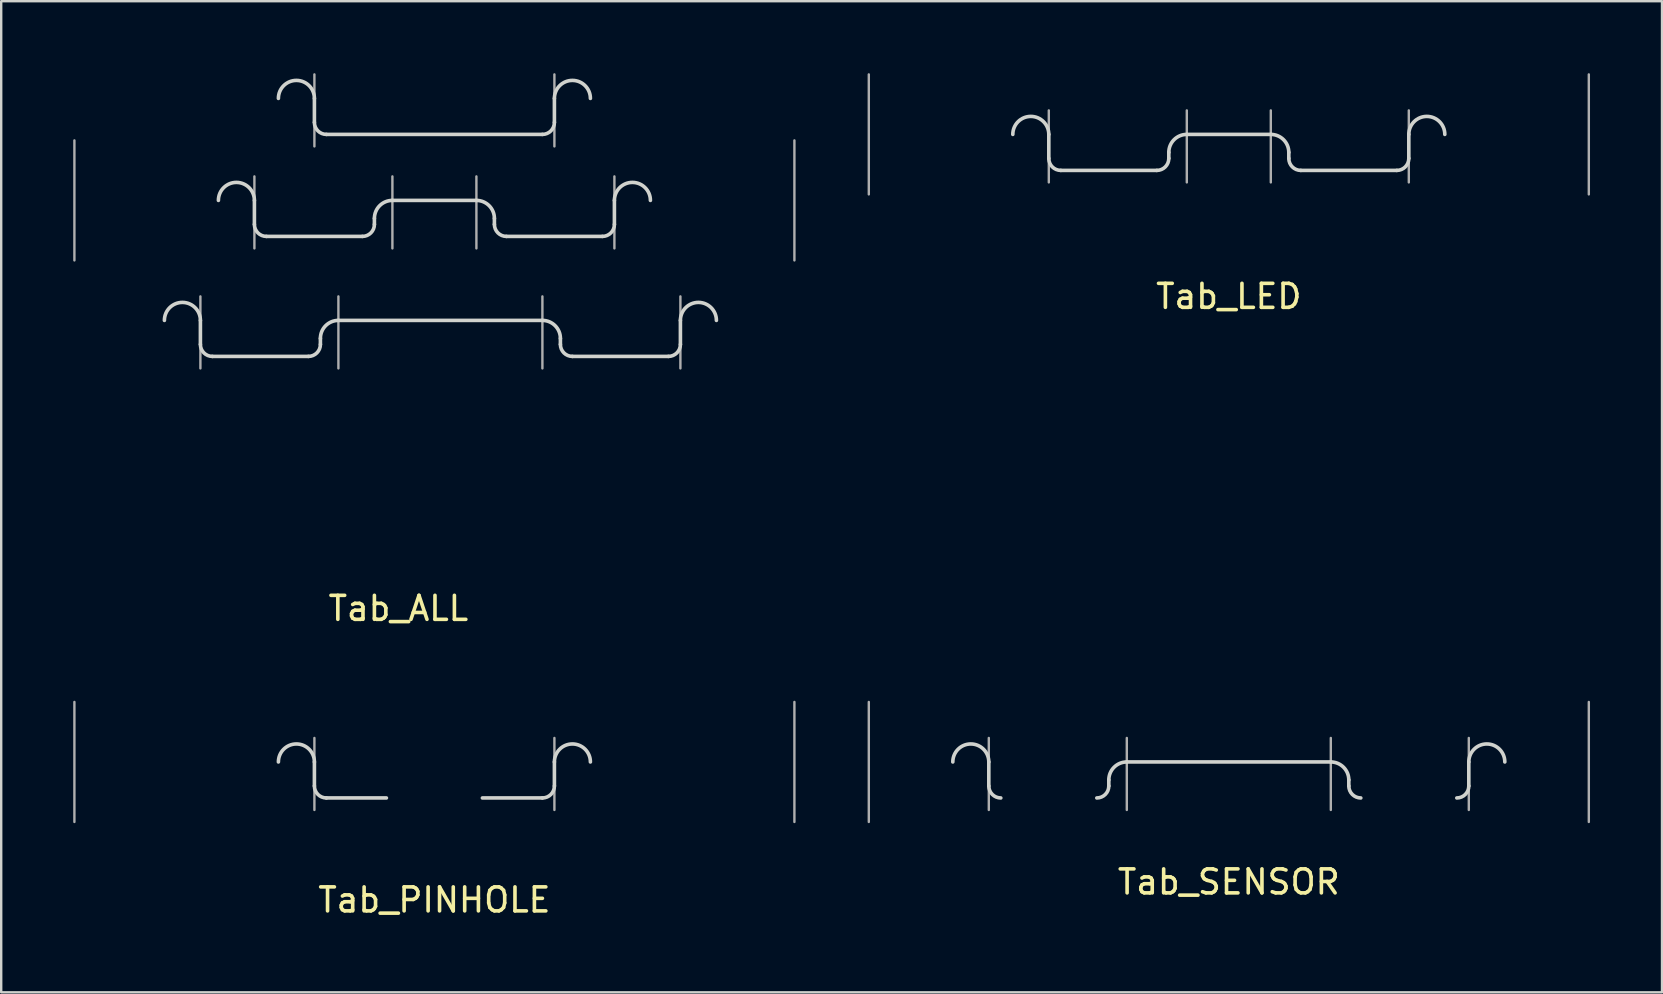
<source format=kicad_pcb>
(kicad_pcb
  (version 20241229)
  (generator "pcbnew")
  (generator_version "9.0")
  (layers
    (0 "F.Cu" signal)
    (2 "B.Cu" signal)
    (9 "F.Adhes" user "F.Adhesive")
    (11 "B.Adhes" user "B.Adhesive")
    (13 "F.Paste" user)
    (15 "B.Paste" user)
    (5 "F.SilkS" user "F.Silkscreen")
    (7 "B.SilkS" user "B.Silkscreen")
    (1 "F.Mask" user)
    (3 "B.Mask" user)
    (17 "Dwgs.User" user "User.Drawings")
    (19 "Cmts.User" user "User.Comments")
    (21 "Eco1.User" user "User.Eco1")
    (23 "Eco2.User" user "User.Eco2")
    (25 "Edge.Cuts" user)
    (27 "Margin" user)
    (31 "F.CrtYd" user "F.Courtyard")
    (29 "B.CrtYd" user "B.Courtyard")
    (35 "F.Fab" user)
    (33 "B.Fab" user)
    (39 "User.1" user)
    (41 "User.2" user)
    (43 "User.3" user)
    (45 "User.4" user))
  (footprint "Tab_SENSOR"
    (layer "F.Cu")
    (at 48.15 28.698)
    (property "Reference" "Tab_SENSOR" (at 0 5 0) (layer "F.SilkS") (effects (font (size 1 1) (thickness 0.15))))
    (attr through_hole)
    (fp_line (start -10 1) (end -10 0) (stroke (width 0.15) (type solid)) (layer "Edge.Cuts"))
    (fp_line (start -5 1) (end -5 0.75) (stroke (width 0.15) (type solid)) (layer "Edge.Cuts"))
    (fp_line (start -4.25 0) (end 4.25 0) (stroke (width 0.15) (type solid)) (layer "Edge.Cuts"))
    (fp_line (start 5 0.75) (end 5 1) (stroke (width 0.15) (type solid)) (layer "Edge.Cuts"))
    (fp_line (start 10 1) (end 10 0) (stroke (width 0.15) (type solid)) (layer "Edge.Cuts"))
    (fp_arc (start -11.5 0) (mid -10.75 -0.75) (end -10 0) (stroke (width 0.15) (type solid)) (layer "Edge.Cuts"))
    (fp_arc (start -9.5 1.5) (mid -9.853553 1.353553) (end -10 1) (stroke (width 0.15) (type solid)) (layer "Edge.Cuts"))
    (fp_arc (start -5 0.75) (mid -4.78033 0.21967) (end -4.25 0) (stroke (width 0.15) (type solid)) (layer "Edge.Cuts"))
    (fp_arc (start -5 1) (mid -5.146447 1.353553) (end -5.5 1.5) (stroke (width 0.15) (type solid)) (layer "Edge.Cuts"))
    (fp_arc (start 4.25 0) (mid 4.78033 0.21967) (end 5 0.75) (stroke (width 0.15) (type solid)) (layer "Edge.Cuts"))
    (fp_arc (start 5.5 1.5) (mid 5.146447 1.353553) (end 5 1) (stroke (width 0.15) (type solid)) (layer "Edge.Cuts"))
    (fp_arc (start 10 0) (mid 10.75 -0.75) (end 11.5 0) (stroke (width 0.15) (type solid)) (layer "Edge.Cuts"))
    (fp_arc (start 10 1) (mid 9.853553 1.353553) (end 9.5 1.5) (stroke (width 0.15) (type solid)) (layer "Edge.Cuts"))
    (fp_line (start -15 -2.5) (end -15 2.5) (stroke (width 0.1) (type solid)) (layer "F.Fab"))
    (fp_line (start -10 -1) (end -10 2) (stroke (width 0.1) (type solid)) (layer "F.Fab"))
    (fp_line (start -4.25 -1) (end -4.25 2) (stroke (width 0.1) (type solid)) (layer "F.Fab"))
    (fp_line (start 4.25 -1) (end 4.25 2) (stroke (width 0.1) (type solid)) (layer "F.Fab"))
    (fp_line (start 10 -1) (end 10 2) (stroke (width 0.1) (type solid)) (layer "F.Fab"))
    (fp_line (start 15 -2.5) (end 15 2.5) (stroke (width 0.1) (type solid)) (layer "F.Fab")))
  (footprint "Tab_LED"
    (layer "F.Cu")
    (at 48.15 2.55)
    (property "Reference" "Tab_LED" (at 0 6.75 0) (layer "F.SilkS") (effects (font (size 1 1) (thickness 0.15))))
    (attr through_hole)
    (fp_line (start -7.5 1) (end -7.5 0) (stroke (width 0.15) (type solid)) (layer "Edge.Cuts"))
    (fp_line (start -7 1.5) (end -3 1.5) (stroke (width 0.15) (type solid)) (layer "Edge.Cuts"))
    (fp_line (start -2.5 1) (end -2.5 0.75) (stroke (width 0.15) (type solid)) (layer "Edge.Cuts"))
    (fp_line (start -1.75 0) (end 1.75 0) (stroke (width 0.15) (type solid)) (layer "Edge.Cuts"))
    (fp_line (start 2.5 0.75) (end 2.5 1) (stroke (width 0.15) (type solid)) (layer "Edge.Cuts"))
    (fp_line (start 3 1.5) (end 7 1.5) (stroke (width 0.15) (type solid)) (layer "Edge.Cuts"))
    (fp_line (start 7.5 1) (end 7.5 0) (stroke (width 0.15) (type solid)) (layer "Edge.Cuts"))
    (fp_arc (start -9 0) (mid -8.25 -0.75) (end -7.5 0) (stroke (width 0.15) (type solid)) (layer "Edge.Cuts"))
    (fp_arc (start -7 1.5) (mid -7.353553 1.353553) (end -7.5 1) (stroke (width 0.15) (type solid)) (layer "Edge.Cuts"))
    (fp_arc (start -2.5 0.75) (mid -2.28033 0.21967) (end -1.75 0) (stroke (width 0.15) (type solid)) (layer "Edge.Cuts"))
    (fp_arc (start -2.5 1) (mid -2.646447 1.353553) (end -3 1.5) (stroke (width 0.15) (type solid)) (layer "Edge.Cuts"))
    (fp_arc (start 1.75 0) (mid 2.28033 0.21967) (end 2.5 0.75) (stroke (width 0.15) (type solid)) (layer "Edge.Cuts"))
    (fp_arc (start 3 1.5) (mid 2.646447 1.353553) (end 2.5 1) (stroke (width 0.15) (type solid)) (layer "Edge.Cuts"))
    (fp_arc (start 7.5 0) (mid 8.25 -0.75) (end 9 0) (stroke (width 0.15) (type solid)) (layer "Edge.Cuts"))
    (fp_arc (start 7.5 1) (mid 7.353553 1.353553) (end 7 1.5) (stroke (width 0.15) (type solid)) (layer "Edge.Cuts"))
    (fp_line (start -15 -2.5) (end -15 2.5) (stroke (width 0.1) (type solid)) (layer "F.Fab"))
    (fp_line (start -7.5 -1) (end -7.5 2) (stroke (width 0.1) (type solid)) (layer "F.Fab"))
    (fp_line (start -1.75 -1) (end -1.75 2) (stroke (width 0.1) (type solid)) (layer "F.Fab"))
    (fp_line (start 1.75 -1) (end 1.75 2) (stroke (width 0.1) (type solid)) (layer "F.Fab"))
    (fp_line (start 7.5 -1) (end 7.5 2) (stroke (width 0.1) (type solid)) (layer "F.Fab"))
    (fp_line (start 15 -2.5) (end 15 2.5) (stroke (width 0.1) (type solid)) (layer "F.Fab")))
  (footprint "Tab_PINHOLE"
    (layer "F.Cu")
    (at 15.05 28.698)
    (property "Reference" "Tab_PINHOLE" (at 0 5.75 0) (layer "F.SilkS") (effects (font (size 1 1) (thickness 0.15))))
    (attr through_hole)
    (fp_line (start -5 1) (end -5 0) (stroke (width 0.15) (type solid)) (layer "Edge.Cuts"))
    (fp_line (start -4.5 1.5) (end -2 1.5) (stroke (width 0.15) (type solid)) (layer "Edge.Cuts"))
    (fp_line (start 2 1.5) (end 4.5 1.5) (stroke (width 0.15) (type solid)) (layer "Edge.Cuts"))
    (fp_line (start 5 1) (end 5 0) (stroke (width 0.15) (type solid)) (layer "Edge.Cuts"))
    (fp_arc (start -6.5 0) (mid -5.75 -0.75) (end -5 0) (stroke (width 0.15) (type solid)) (layer "Edge.Cuts"))
    (fp_arc (start -4.5 1.5) (mid -4.853553 1.353553) (end -5 1) (stroke (width 0.15) (type solid)) (layer "Edge.Cuts"))
    (fp_arc (start 5 0) (mid 5.75 -0.75) (end 6.5 0) (stroke (width 0.15) (type solid)) (layer "Edge.Cuts"))
    (fp_arc (start 5 1) (mid 4.853553 1.353553) (end 4.5 1.5) (stroke (width 0.15) (type solid)) (layer "Edge.Cuts"))
    (fp_line (start -15 -2.5) (end -15 2.5) (stroke (width 0.1) (type solid)) (layer "F.Fab"))
    (fp_line (start -5 -1) (end -5 2) (stroke (width 0.1) (type solid)) (layer "F.Fab"))
    (fp_line (start 5 -1) (end 5 2) (stroke (width 0.1) (type solid)) (layer "F.Fab"))
    (fp_line (start 15 -2.5) (end 15 2.5) (stroke (width 0.1) (type solid)) (layer "F.Fab")))
  (footprint "Tab_ALL"
    (layer "F.Cu")
    (at 15.05 5.3)
    (property "Reference" "Tab_ALL" (at -1.5 17 0) (layer "F.SilkS") (effects (font (size 1 1) (thickness 0.15))))
    (attr through_hole)
    (fp_line (start -9.75 6) (end -9.75 5) (stroke (width 0.15) (type solid)) (layer "Edge.Cuts"))
    (fp_line (start -9.25 6.5) (end -5.25 6.5) (stroke (width 0.15) (type solid)) (layer "Edge.Cuts"))
    (fp_line (start -7.5 1) (end -7.5 0) (stroke (width 0.15) (type solid)) (layer "Edge.Cuts"))
    (fp_line (start -7 1.5) (end -3 1.5) (stroke (width 0.15) (type solid)) (layer "Edge.Cuts"))
    (fp_line (start -5 -3.25) (end -5 -4.25) (stroke (width 0.15) (type solid)) (layer "Edge.Cuts"))
    (fp_line (start -4.75 6) (end -4.75 5.75) (stroke (width 0.15) (type solid)) (layer "Edge.Cuts"))
    (fp_line (start -4.5 -2.75) (end 4.5 -2.75) (stroke (width 0.15) (type solid)) (layer "Edge.Cuts"))
    (fp_line (start -4 5) (end 4.5 5) (stroke (width 0.15) (type solid)) (layer "Edge.Cuts"))
    (fp_line (start -2.5 1) (end -2.5 0.75) (stroke (width 0.15) (type solid)) (layer "Edge.Cuts"))
    (fp_line (start -1.75 0) (end 1.75 0) (stroke (width 0.15) (type solid)) (layer "Edge.Cuts"))
    (fp_line (start 2.5 0.75) (end 2.5 1) (stroke (width 0.15) (type solid)) (layer "Edge.Cuts"))
    (fp_line (start 3 1.5) (end 7 1.5) (stroke (width 0.15) (type solid)) (layer "Edge.Cuts"))
    (fp_line (start 5 -3.25) (end 5 -4.25) (stroke (width 0.15) (type solid)) (layer "Edge.Cuts"))
    (fp_line (start 5.25 5.75) (end 5.25 6) (stroke (width 0.15) (type solid)) (layer "Edge.Cuts"))
    (fp_line (start 5.75 6.5) (end 9.75 6.5) (stroke (width 0.15) (type solid)) (layer "Edge.Cuts"))
    (fp_line (start 7.5 1) (end 7.5 0) (stroke (width 0.15) (type solid)) (layer "Edge.Cuts"))
    (fp_line (start 10.25 6) (end 10.25 5) (stroke (width 0.15) (type solid)) (layer "Edge.Cuts"))
    (fp_arc (start -11.25 5) (mid -10.5 4.25) (end -9.75 5) (stroke (width 0.15) (type solid)) (layer "Edge.Cuts"))
    (fp_arc (start -9.25 6.5) (mid -9.603553 6.353553) (end -9.75 6) (stroke (width 0.15) (type solid)) (layer "Edge.Cuts"))
    (fp_arc (start -9 0) (mid -8.25 -0.75) (end -7.5 0) (stroke (width 0.15) (type solid)) (layer "Edge.Cuts"))
    (fp_arc (start -7 1.5) (mid -7.353553 1.353553) (end -7.5 1) (stroke (width 0.15) (type solid)) (layer "Edge.Cuts"))
    (fp_arc (start -6.5 -4.25) (mid -5.75 -5) (end -5 -4.25) (stroke (width 0.15) (type solid)) (layer "Edge.Cuts"))
    (fp_arc (start -4.75 5.75) (mid -4.53033 5.21967) (end -4 5) (stroke (width 0.15) (type solid)) (layer "Edge.Cuts"))
    (fp_arc (start -4.75 6) (mid -4.896447 6.353553) (end -5.25 6.5) (stroke (width 0.15) (type solid)) (layer "Edge.Cuts"))
    (fp_arc (start -4.5 -2.75) (mid -4.853553 -2.896447) (end -5 -3.25) (stroke (width 0.15) (type solid)) (layer "Edge.Cuts"))
    (fp_arc (start -2.5 0.75) (mid -2.28033 0.21967) (end -1.75 0) (stroke (width 0.15) (type solid)) (layer "Edge.Cuts"))
    (fp_arc (start -2.5 1) (mid -2.646447 1.353553) (end -3 1.5) (stroke (width 0.15) (type solid)) (layer "Edge.Cuts"))
    (fp_arc (start 1.75 0) (mid 2.28033 0.21967) (end 2.5 0.75) (stroke (width 0.15) (type solid)) (layer "Edge.Cuts"))
    (fp_arc (start 3 1.5) (mid 2.646447 1.353553) (end 2.5 1) (stroke (width 0.15) (type solid)) (layer "Edge.Cuts"))
    (fp_arc (start 4.5 5) (mid 5.03033 5.21967) (end 5.25 5.75) (stroke (width 0.15) (type solid)) (layer "Edge.Cuts"))
    (fp_arc (start 5 -4.25) (mid 5.75 -5) (end 6.5 -4.25) (stroke (width 0.15) (type solid)) (layer "Edge.Cuts"))
    (fp_arc (start 5 -3.25) (mid 4.853553 -2.896447) (end 4.5 -2.75) (stroke (width 0.15) (type solid)) (layer "Edge.Cuts"))
    (fp_arc (start 5.75 6.5) (mid 5.396447 6.353553) (end 5.25 6) (stroke (width 0.15) (type solid)) (layer "Edge.Cuts"))
    (fp_arc (start 7.5 0) (mid 8.25 -0.75) (end 9 0) (stroke (width 0.15) (type solid)) (layer "Edge.Cuts"))
    (fp_arc (start 7.5 1) (mid 7.353553 1.353553) (end 7 1.5) (stroke (width 0.15) (type solid)) (layer "Edge.Cuts"))
    (fp_arc (start 10.25 5) (mid 11 4.25) (end 11.75 5) (stroke (width 0.15) (type solid)) (layer "Edge.Cuts"))
    (fp_arc (start 10.25 6) (mid 10.103553 6.353553) (end 9.75 6.5) (stroke (width 0.15) (type solid)) (layer "Edge.Cuts"))
    (fp_line (start -15 -2.5) (end -15 2.5) (stroke (width 0.1) (type solid)) (layer "F.Fab"))
    (fp_line (start -9.75 4) (end -9.75 7) (stroke (width 0.1) (type solid)) (layer "F.Fab"))
    (fp_line (start -7.5 -1) (end -7.5 2) (stroke (width 0.1) (type solid)) (layer "F.Fab"))
    (fp_line (start -5 -5.25) (end -5 -2.25) (stroke (width 0.1) (type solid)) (layer "F.Fab"))
    (fp_line (start -4 4) (end -4 7) (stroke (width 0.1) (type solid)) (layer "F.Fab"))
    (fp_line (start -1.75 -1) (end -1.75 2) (stroke (width 0.1) (type solid)) (layer "F.Fab"))
    (fp_line (start 1.75 -1) (end 1.75 2) (stroke (width 0.1) (type solid)) (layer "F.Fab"))
    (fp_line (start 4.5 4) (end 4.5 7) (stroke (width 0.1) (type solid)) (layer "F.Fab"))
    (fp_line (start 5 -5.25) (end 5 -2.25) (stroke (width 0.1) (type solid)) (layer "F.Fab"))
    (fp_line (start 7.5 -1) (end 7.5 2) (stroke (width 0.1) (type solid)) (layer "F.Fab"))
    (fp_line (start 10.25 4) (end 10.25 7) (stroke (width 0.1) (type solid)) (layer "F.Fab"))
    (fp_line (start 15 -2.5) (end 15 2.5) (stroke (width 0.1) (type solid)) (layer "F.Fab")))
  (gr_rect
    (start -3 -3)
    (end 66.2 38.297)
    (stroke (width 0.1) (type default))
    (fill no)
    (layer "Edge.Cuts")))
</source>
